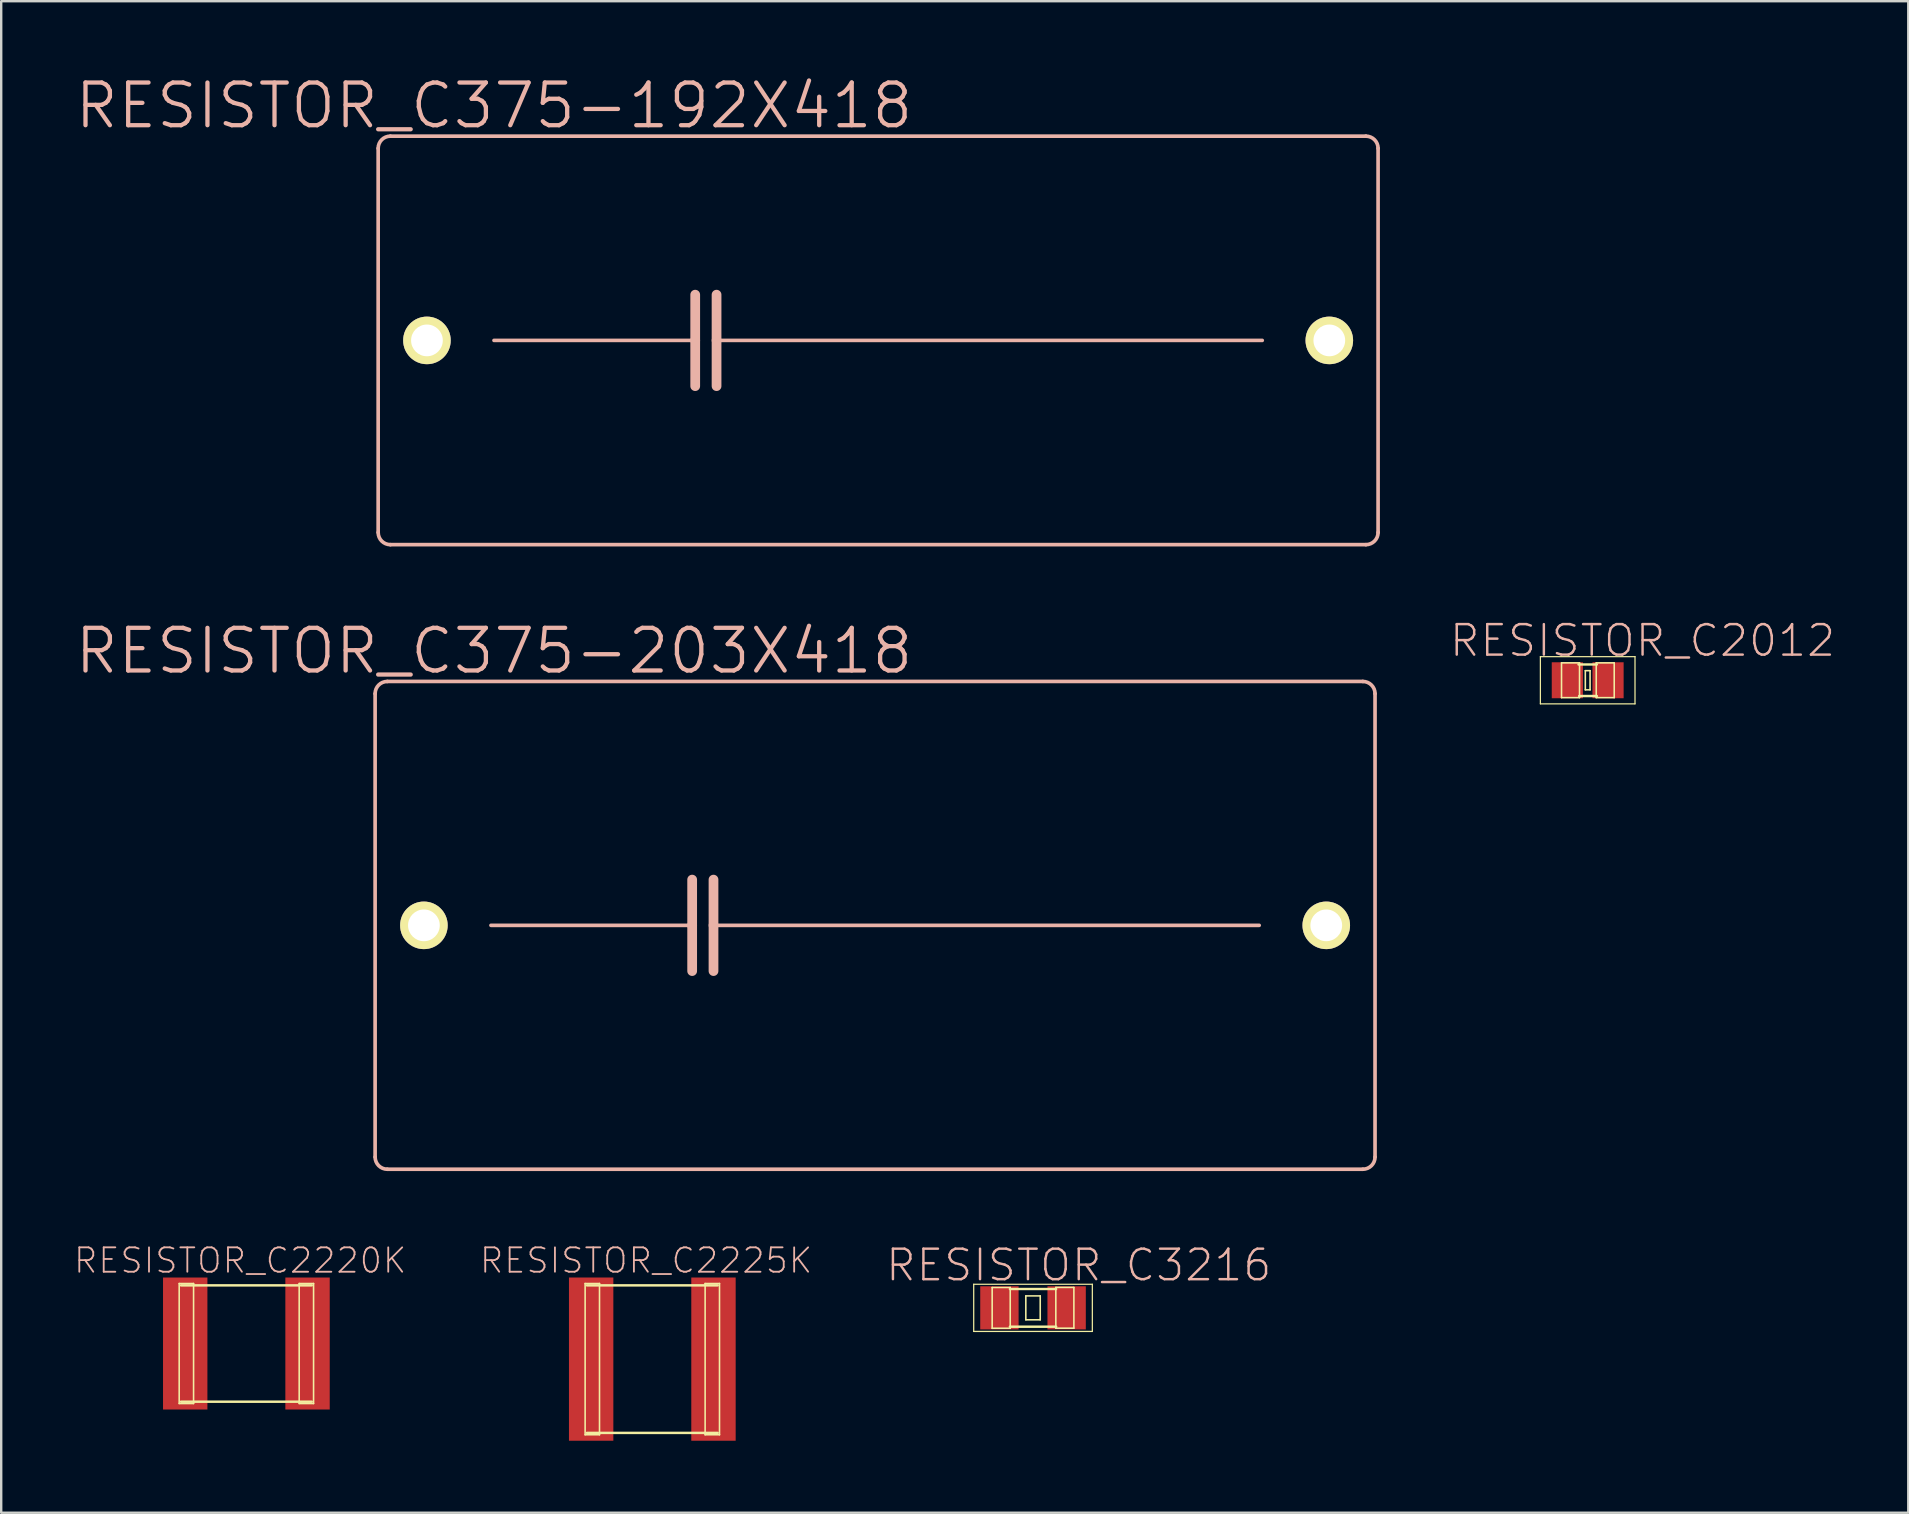
<source format=kicad_pcb>
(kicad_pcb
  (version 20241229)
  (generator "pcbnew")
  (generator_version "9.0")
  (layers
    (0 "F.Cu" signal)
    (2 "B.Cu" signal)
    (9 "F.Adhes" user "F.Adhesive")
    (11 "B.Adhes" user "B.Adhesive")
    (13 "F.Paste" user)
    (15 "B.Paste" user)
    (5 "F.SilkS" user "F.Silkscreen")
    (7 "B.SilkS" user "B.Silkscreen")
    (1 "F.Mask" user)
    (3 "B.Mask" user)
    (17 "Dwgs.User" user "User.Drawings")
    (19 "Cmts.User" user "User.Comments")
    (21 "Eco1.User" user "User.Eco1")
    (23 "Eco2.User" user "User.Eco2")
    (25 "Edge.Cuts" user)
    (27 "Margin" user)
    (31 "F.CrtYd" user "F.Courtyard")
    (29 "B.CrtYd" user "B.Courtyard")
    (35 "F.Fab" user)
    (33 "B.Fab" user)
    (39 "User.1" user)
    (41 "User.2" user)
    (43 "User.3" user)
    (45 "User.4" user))
  (footprint "RESISTOR_C2012"
    (layer "F.Cu")
    (at 63.092 25.289)
    (property "Reference" "RESISTOR_C2012" (at 2.286 -1.651 0) (layer "B.SilkS") (effects (font (size 1.27 1.27) (thickness 0.102))))
    (attr smd)
    (fp_line (start -1.971 -0.983) (end 1.971 -0.983) (stroke (width 0.051) (type solid)) (layer "F.SilkS"))
    (fp_line (start -1.971 0.983) (end -1.971 -0.983) (stroke (width 0.051) (type solid)) (layer "F.SilkS"))
    (fp_line (start -1.09 -0.724) (end -0.34 -0.724) (stroke (width 0.066) (type solid)) (layer "F.SilkS"))
    (fp_line (start -1.09 0.724) (end -1.09 -0.724) (stroke (width 0.066) (type solid)) (layer "F.SilkS"))
    (fp_line (start -1.09 0.724) (end -0.34 0.724) (stroke (width 0.066) (type solid)) (layer "F.SilkS"))
    (fp_line (start -0.381 -0.658) (end 0.381 -0.658) (stroke (width 0.102) (type solid)) (layer "F.SilkS"))
    (fp_line (start -0.356 0.658) (end 0.381 0.658) (stroke (width 0.102) (type solid)) (layer "F.SilkS"))
    (fp_line (start -0.34 0.724) (end -0.34 -0.724) (stroke (width 0.066) (type solid)) (layer "F.SilkS"))
    (fp_line (start -0.099 -0.399) (end 0.099 -0.399) (stroke (width 0.066) (type solid)) (layer "F.SilkS"))
    (fp_line (start -0.099 0.399) (end -0.099 -0.399) (stroke (width 0.066) (type solid)) (layer "F.SilkS"))
    (fp_line (start -0.099 0.399) (end 0.099 0.399) (stroke (width 0.066) (type solid)) (layer "F.SilkS"))
    (fp_line (start 0.099 0.399) (end 0.099 -0.399) (stroke (width 0.066) (type solid)) (layer "F.SilkS"))
    (fp_line (start 0.356 -0.724) (end 1.105 -0.724) (stroke (width 0.066) (type solid)) (layer "F.SilkS"))
    (fp_line (start 0.356 0.724) (end 0.356 -0.724) (stroke (width 0.066) (type solid)) (layer "F.SilkS"))
    (fp_line (start 0.356 0.724) (end 1.105 0.724) (stroke (width 0.066) (type solid)) (layer "F.SilkS"))
    (fp_line (start 1.105 0.724) (end 1.105 -0.724) (stroke (width 0.066) (type solid)) (layer "F.SilkS"))
    (fp_line (start 1.971 -0.983) (end 1.971 0.983) (stroke (width 0.051) (type solid)) (layer "F.SilkS"))
    (fp_line (start 1.971 0.983) (end -1.971 0.983) (stroke (width 0.051) (type solid)) (layer "F.SilkS"))
    (pad "1" smd rect (at -0.848 0) (size 1.298 1.499) (layers "F.Cu" "F.Mask" "F.Paste"))
    (pad "2" smd rect (at 0.848 0) (size 1.298 1.499) (layers "F.Cu" "F.Mask" "F.Paste")))
  (footprint "RESISTOR_C375-192X418"
    (layer "F.Cu")
    (at 33.532 11.131)
    (property "Reference" "RESISTOR_C375-192X418" (at -16.002 -9.779 0) (layer "B.SilkS") (effects (font (size 1.778 1.778) (thickness 0.178))))
    (attr exclude_from_pos_files exclude_from_bom)
    (fp_line (start -20.828 8.001) (end -20.828 -8.001) (stroke (width 0.152) (type solid)) (layer "B.SilkS"))
    (fp_line (start -20.32 -8.509) (end 20.32 -8.509) (stroke (width 0.152) (type solid)) (layer "B.SilkS"))
    (fp_line (start -16.002 0) (end -7.62 0) (stroke (width 0.152) (type solid)) (layer "B.SilkS"))
    (fp_line (start -7.62 -1.905) (end -7.62 0) (stroke (width 0.406) (type solid)) (layer "B.SilkS"))
    (fp_line (start -7.62 0) (end -7.62 1.905) (stroke (width 0.406) (type solid)) (layer "B.SilkS"))
    (fp_line (start -6.731 -1.905) (end -6.731 0) (stroke (width 0.406) (type solid)) (layer "B.SilkS"))
    (fp_line (start -6.731 0) (end -6.731 1.905) (stroke (width 0.406) (type solid)) (layer "B.SilkS"))
    (fp_line (start -6.731 0) (end 16.002 0) (stroke (width 0.152) (type solid)) (layer "B.SilkS"))
    (fp_line (start 20.32 8.509) (end -20.32 8.509) (stroke (width 0.152) (type solid)) (layer "B.SilkS"))
    (fp_line (start 20.828 -8.001) (end 20.828 8.001) (stroke (width 0.152) (type solid)) (layer "B.SilkS"))
    (fp_arc (start -20.828 -8.001) (mid -20.67921 -8.36021) (end -20.32 -8.509) (stroke (width 0.1524) (type solid)) (layer "B.SilkS"))
    (fp_arc (start -20.32 8.509) (mid -20.67921 8.36021) (end -20.828 8.001) (stroke (width 0.1524) (type solid)) (layer "B.SilkS"))
    (fp_arc (start 20.32 -8.509) (mid 20.67921 -8.36021) (end 20.828 -8.001) (stroke (width 0.1524) (type solid)) (layer "B.SilkS"))
    (fp_arc (start 20.828 8.001) (mid 20.67921 8.36021) (end 20.32 8.509) (stroke (width 0.1524) (type solid)) (layer "B.SilkS"))
    (pad "1" thru_hole circle (at -18.796 0) (size 1.981 1.981) (drill 1.321) (layers "*.Cu" "F.Mask" "F.SilkS" "F.Paste"))
    (pad "2" thru_hole circle (at 18.796 0) (size 1.981 1.981) (drill 1.321) (layers "*.Cu" "F.Mask" "F.SilkS" "F.Paste")))
  (footprint "RESISTOR_C2225K"
    (layer "F.Cu")
    (at 24.125 53.57)
    (property "Reference" "RESISTOR_C2225K" (at -0.259 -4.107 0) (layer "B.SilkS") (effects (font (size 1.016 1.016) (thickness 0.076))))
    (attr smd)
    (fp_line (start -2.799 -3.15) (end -2.2 -3.15) (stroke (width 0.066) (type solid)) (layer "F.SilkS"))
    (fp_line (start -2.799 3.15) (end -2.799 -3.15) (stroke (width 0.066) (type solid)) (layer "F.SilkS"))
    (fp_line (start -2.799 3.15) (end -2.2 3.15) (stroke (width 0.066) (type solid)) (layer "F.SilkS"))
    (fp_line (start -2.723 -3.073) (end 2.723 -3.073) (stroke (width 0.102) (type solid)) (layer "F.SilkS"))
    (fp_line (start -2.2 3.15) (end -2.2 -3.15) (stroke (width 0.066) (type solid)) (layer "F.SilkS"))
    (fp_line (start 2.2 -3.15) (end 2.799 -3.15) (stroke (width 0.066) (type solid)) (layer "F.SilkS"))
    (fp_line (start 2.2 3.15) (end 2.2 -3.15) (stroke (width 0.066) (type solid)) (layer "F.SilkS"))
    (fp_line (start 2.2 3.15) (end 2.799 3.15) (stroke (width 0.066) (type solid)) (layer "F.SilkS"))
    (fp_line (start 2.723 3.073) (end -2.723 3.073) (stroke (width 0.102) (type solid)) (layer "F.SilkS"))
    (fp_line (start 2.799 3.15) (end 2.799 -3.15) (stroke (width 0.066) (type solid)) (layer "F.SilkS"))
    (pad "1" smd rect (at -2.548 0) (size 1.849 6.8) (layers "F.Cu" "F.Mask" "F.Paste"))
    (pad "2" smd rect (at 2.548 0) (size 1.849 6.8) (layers "F.Cu" "F.Mask" "F.Paste")))
  (footprint "RESISTOR_C375-203X418"
    (layer "F.Cu")
    (at 33.405 35.499)
    (property "Reference" "RESISTOR_C375-203X418" (at -15.875 -11.43 0) (layer "B.SilkS") (effects (font (size 1.778 1.778) (thickness 0.178))))
    (attr exclude_from_pos_files exclude_from_bom)
    (fp_line (start -20.828 9.652) (end -20.828 -9.652) (stroke (width 0.152) (type solid)) (layer "B.SilkS"))
    (fp_line (start -20.32 -10.16) (end 20.32 -10.16) (stroke (width 0.152) (type solid)) (layer "B.SilkS"))
    (fp_line (start -16.002 0) (end -7.62 0) (stroke (width 0.152) (type solid)) (layer "B.SilkS"))
    (fp_line (start -7.62 -1.905) (end -7.62 0) (stroke (width 0.406) (type solid)) (layer "B.SilkS"))
    (fp_line (start -7.62 0) (end -7.62 1.905) (stroke (width 0.406) (type solid)) (layer "B.SilkS"))
    (fp_line (start -6.731 -1.905) (end -6.731 0) (stroke (width 0.406) (type solid)) (layer "B.SilkS"))
    (fp_line (start -6.731 0) (end -6.731 1.905) (stroke (width 0.406) (type solid)) (layer "B.SilkS"))
    (fp_line (start -6.731 0) (end 16.002 0) (stroke (width 0.152) (type solid)) (layer "B.SilkS"))
    (fp_line (start 20.32 10.16) (end -20.32 10.16) (stroke (width 0.152) (type solid)) (layer "B.SilkS"))
    (fp_line (start 20.828 -9.652) (end 20.828 9.652) (stroke (width 0.152) (type solid)) (layer "B.SilkS"))
    (fp_arc (start -20.828 -9.652) (mid -20.67921 -10.01121) (end -20.32 -10.16) (stroke (width 0.1524) (type solid)) (layer "B.SilkS"))
    (fp_arc (start -20.32 10.16) (mid -20.67921 10.01121) (end -20.828 9.652) (stroke (width 0.1524) (type solid)) (layer "B.SilkS"))
    (fp_arc (start 20.32 -10.16) (mid 20.67921 -10.01121) (end 20.828 -9.652) (stroke (width 0.1524) (type solid)) (layer "B.SilkS"))
    (fp_arc (start 20.828 9.652) (mid 20.67921 10.01121) (end 20.32 10.16) (stroke (width 0.1524) (type solid)) (layer "B.SilkS"))
    (pad "1" thru_hole circle (at -18.796 0) (size 1.981 1.981) (drill 1.321) (layers "*.Cu" "F.Mask" "F.SilkS" "F.Paste"))
    (pad "2" thru_hole circle (at 18.796 0) (size 1.981 1.981) (drill 1.321) (layers "*.Cu" "F.Mask" "F.SilkS" "F.Paste")))
  (footprint "RESISTOR_C3216"
    (layer "F.Cu")
    (at 39.985 51.434)
    (property "Reference" "RESISTOR_C3216" (at 1.905 -1.778 0) (layer "B.SilkS") (effects (font (size 1.27 1.27) (thickness 0.102))))
    (attr smd)
    (fp_line (start -2.471 -0.983) (end 2.471 -0.983) (stroke (width 0.051) (type solid)) (layer "F.SilkS"))
    (fp_line (start -2.471 0.983) (end -2.471 -0.983) (stroke (width 0.051) (type solid)) (layer "F.SilkS"))
    (fp_line (start -1.702 -0.848) (end -0.95 -0.848) (stroke (width 0.066) (type solid)) (layer "F.SilkS"))
    (fp_line (start -1.702 0.851) (end -1.702 -0.848) (stroke (width 0.066) (type solid)) (layer "F.SilkS"))
    (fp_line (start -1.702 0.851) (end -0.95 0.851) (stroke (width 0.066) (type solid)) (layer "F.SilkS"))
    (fp_line (start -0.963 -0.785) (end 0.963 -0.785) (stroke (width 0.102) (type solid)) (layer "F.SilkS"))
    (fp_line (start -0.963 0.785) (end 0.963 0.785) (stroke (width 0.102) (type solid)) (layer "F.SilkS"))
    (fp_line (start -0.95 0.851) (end -0.95 -0.848) (stroke (width 0.066) (type solid)) (layer "F.SilkS"))
    (fp_line (start -0.3 -0.498) (end 0.3 -0.498) (stroke (width 0.066) (type solid)) (layer "F.SilkS"))
    (fp_line (start -0.3 0.498) (end -0.3 -0.498) (stroke (width 0.066) (type solid)) (layer "F.SilkS"))
    (fp_line (start -0.3 0.498) (end 0.3 0.498) (stroke (width 0.066) (type solid)) (layer "F.SilkS"))
    (fp_line (start 0.3 0.498) (end 0.3 -0.498) (stroke (width 0.066) (type solid)) (layer "F.SilkS"))
    (fp_line (start 0.95 -0.851) (end 1.702 -0.851) (stroke (width 0.066) (type solid)) (layer "F.SilkS"))
    (fp_line (start 0.95 0.848) (end 0.95 -0.851) (stroke (width 0.066) (type solid)) (layer "F.SilkS"))
    (fp_line (start 0.95 0.848) (end 1.702 0.848) (stroke (width 0.066) (type solid)) (layer "F.SilkS"))
    (fp_line (start 1.702 0.848) (end 1.702 -0.851) (stroke (width 0.066) (type solid)) (layer "F.SilkS"))
    (fp_line (start 2.471 -0.983) (end 2.471 0.983) (stroke (width 0.051) (type solid)) (layer "F.SilkS"))
    (fp_line (start 2.471 0.983) (end -2.471 0.983) (stroke (width 0.051) (type solid)) (layer "F.SilkS"))
    (pad "1" smd rect (at -1.4 0) (size 1.598 1.798) (layers "F.Cu" "F.Mask" "F.Paste"))
    (pad "2" smd rect (at 1.4 0) (size 1.598 1.798) (layers "F.Cu" "F.Mask" "F.Paste")))
  (footprint "RESISTOR_C2220K"
    (layer "F.Cu")
    (at 7.214 52.92)
    (property "Reference" "RESISTOR_C2220K" (at -0.259 -3.457 0) (layer "B.SilkS") (effects (font (size 1.016 1.016) (thickness 0.076))))
    (attr smd)
    (fp_line (start -2.799 -2.499) (end -2.2 -2.499) (stroke (width 0.066) (type solid)) (layer "F.SilkS"))
    (fp_line (start -2.799 2.499) (end -2.799 -2.499) (stroke (width 0.066) (type solid)) (layer "F.SilkS"))
    (fp_line (start -2.799 2.499) (end -2.2 2.499) (stroke (width 0.066) (type solid)) (layer "F.SilkS"))
    (fp_line (start -2.723 -2.423) (end 2.723 -2.423) (stroke (width 0.102) (type solid)) (layer "F.SilkS"))
    (fp_line (start -2.2 2.499) (end -2.2 -2.499) (stroke (width 0.066) (type solid)) (layer "F.SilkS"))
    (fp_line (start 2.2 -2.499) (end 2.799 -2.499) (stroke (width 0.066) (type solid)) (layer "F.SilkS"))
    (fp_line (start 2.2 2.499) (end 2.2 -2.499) (stroke (width 0.066) (type solid)) (layer "F.SilkS"))
    (fp_line (start 2.2 2.499) (end 2.799 2.499) (stroke (width 0.066) (type solid)) (layer "F.SilkS"))
    (fp_line (start 2.723 2.423) (end -2.723 2.423) (stroke (width 0.102) (type solid)) (layer "F.SilkS"))
    (fp_line (start 2.799 2.499) (end 2.799 -2.499) (stroke (width 0.066) (type solid)) (layer "F.SilkS"))
    (pad "1" smd rect (at -2.548 0) (size 1.849 5.499) (layers "F.Cu" "F.Mask" "F.Paste"))
    (pad "2" smd rect (at 2.548 0) (size 1.849 5.499) (layers "F.Cu" "F.Mask" "F.Paste")))
  (gr_rect
    (start -3 -3)
    (end 76.447 59.97)
    (stroke (width 0.1) (type default))
    (fill no)
    (layer "Edge.Cuts")))
</source>
